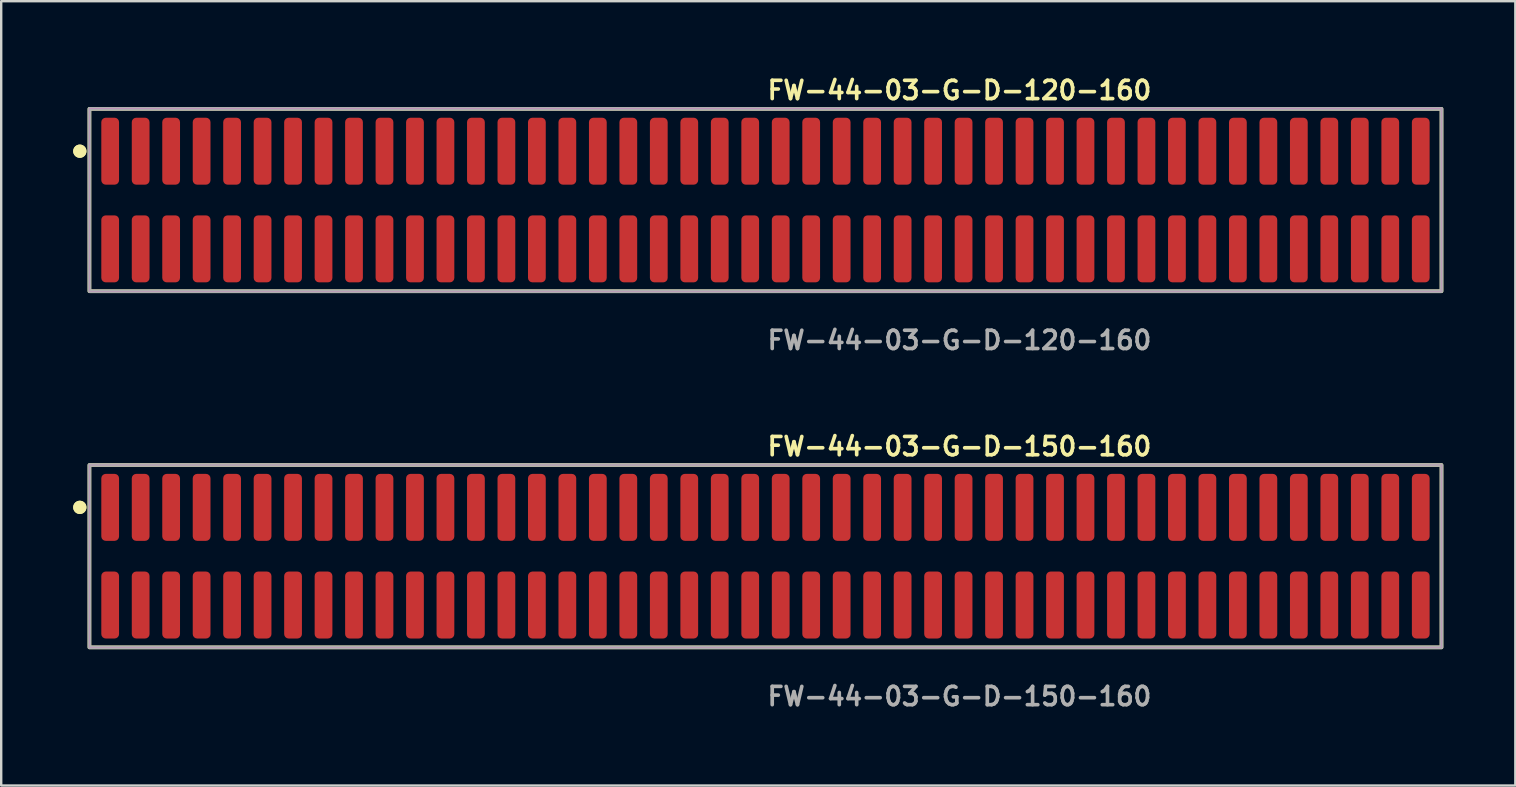
<source format=kicad_pcb>
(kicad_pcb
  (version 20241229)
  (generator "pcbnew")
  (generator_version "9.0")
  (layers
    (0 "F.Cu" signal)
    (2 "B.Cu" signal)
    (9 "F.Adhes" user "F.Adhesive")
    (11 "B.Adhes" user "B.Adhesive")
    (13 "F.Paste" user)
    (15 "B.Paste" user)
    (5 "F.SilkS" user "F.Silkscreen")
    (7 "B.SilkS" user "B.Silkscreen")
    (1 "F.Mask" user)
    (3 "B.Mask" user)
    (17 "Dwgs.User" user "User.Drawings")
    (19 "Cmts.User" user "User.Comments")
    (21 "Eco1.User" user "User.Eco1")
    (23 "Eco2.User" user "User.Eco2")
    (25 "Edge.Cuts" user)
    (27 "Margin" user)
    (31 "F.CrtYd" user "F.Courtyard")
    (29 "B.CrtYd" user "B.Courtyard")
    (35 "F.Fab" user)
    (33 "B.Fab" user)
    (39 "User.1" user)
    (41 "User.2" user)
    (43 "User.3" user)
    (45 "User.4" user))
  (footprint "FW-44-03-G-D-150-160"
    (layer "F.Cu")
    (at 28.846 20.126)
    (property "Reference" "FW-44-03-G-D-150-160" (at 0 -4.572 0) (unlocked yes) (layer "F.SilkS") (effects (font (size 0.762 0.762) (thickness 0.152)) (justify left)))
    (fp_rect (start -28.17 3.8) (end 28.17 -3.8) (stroke (width 0.152) (type solid)) (fill no) (layer "F.SilkS"))
    (fp_circle (center -28.57 -2.035) (end -28.77 -2.035) (stroke (width 0.152) (type solid)) (fill yes) (layer "F.SilkS"))
    (fp_circle (center -28.57 -2.035) (end -28.77 -2.035) (stroke (width 0.152) (type solid)) (fill yes) (layer "F.SilkS"))
    (fp_rect (start -28.17 3.8) (end 28.17 -3.8) (stroke (width 0.006) (type solid)) (fill no) (layer "F.CrtYd"))
    (fp_rect (start -28.17 3.8) (end 28.17 -3.8) (stroke (width 0.152) (type solid)) (fill no) (layer "F.Fab"))
    (fp_text user "${REFERENCE}" (at 0 5.842 0) (unlocked yes) (layer "F.Fab") (effects (font (size 0.762 0.762) (thickness 0.152)) (justify left)))
    (pad "1" smd roundrect (at -27.305 -2.035) (size 0.74 2.79) (layers "F.Cu" "F.Paste") (roundrect_rratio 0.25))
    (pad "2" smd roundrect (at -27.305 2.035) (size 0.74 2.79) (layers "F.Cu" "F.Paste") (roundrect_rratio 0.25))
    (pad "3" smd roundrect (at -26.035 -2.035) (size 0.74 2.79) (layers "F.Cu" "F.Paste") (roundrect_rratio 0.25))
    (pad "4" smd roundrect (at -26.035 2.035) (size 0.74 2.79) (layers "F.Cu" "F.Paste") (roundrect_rratio 0.25))
    (pad "5" smd roundrect (at -24.765 -2.035) (size 0.74 2.79) (layers "F.Cu" "F.Paste") (roundrect_rratio 0.25))
    (pad "6" smd roundrect (at -24.765 2.035) (size 0.74 2.79) (layers "F.Cu" "F.Paste") (roundrect_rratio 0.25))
    (pad "7" smd roundrect (at -23.495 -2.035) (size 0.74 2.79) (layers "F.Cu" "F.Paste") (roundrect_rratio 0.25))
    (pad "8" smd roundrect (at -23.495 2.035) (size 0.74 2.79) (layers "F.Cu" "F.Paste") (roundrect_rratio 0.25))
    (pad "9" smd roundrect (at -22.225 -2.035) (size 0.74 2.79) (layers "F.Cu" "F.Paste") (roundrect_rratio 0.25))
    (pad "10" smd roundrect (at -22.225 2.035) (size 0.74 2.79) (layers "F.Cu" "F.Paste") (roundrect_rratio 0.25))
    (pad "11" smd roundrect (at -20.955 -2.035) (size 0.74 2.79) (layers "F.Cu" "F.Paste") (roundrect_rratio 0.25))
    (pad "12" smd roundrect (at -20.955 2.035) (size 0.74 2.79) (layers "F.Cu" "F.Paste") (roundrect_rratio 0.25))
    (pad "13" smd roundrect (at -19.685 -2.035) (size 0.74 2.79) (layers "F.Cu" "F.Paste") (roundrect_rratio 0.25))
    (pad "14" smd roundrect (at -19.685 2.035) (size 0.74 2.79) (layers "F.Cu" "F.Paste") (roundrect_rratio 0.25))
    (pad "15" smd roundrect (at -18.415 -2.035) (size 0.74 2.79) (layers "F.Cu" "F.Paste") (roundrect_rratio 0.25))
    (pad "16" smd roundrect (at -18.415 2.035) (size 0.74 2.79) (layers "F.Cu" "F.Paste") (roundrect_rratio 0.25))
    (pad "17" smd roundrect (at -17.145 -2.035) (size 0.74 2.79) (layers "F.Cu" "F.Paste") (roundrect_rratio 0.25))
    (pad "18" smd roundrect (at -17.145 2.035) (size 0.74 2.79) (layers "F.Cu" "F.Paste") (roundrect_rratio 0.25))
    (pad "19" smd roundrect (at -15.875 -2.035) (size 0.74 2.79) (layers "F.Cu" "F.Paste") (roundrect_rratio 0.25))
    (pad "20" smd roundrect (at -15.875 2.035) (size 0.74 2.79) (layers "F.Cu" "F.Paste") (roundrect_rratio 0.25))
    (pad "21" smd roundrect (at -14.605 -2.035) (size 0.74 2.79) (layers "F.Cu" "F.Paste") (roundrect_rratio 0.25))
    (pad "22" smd roundrect (at -14.605 2.035) (size 0.74 2.79) (layers "F.Cu" "F.Paste") (roundrect_rratio 0.25))
    (pad "23" smd roundrect (at -13.335 -2.035) (size 0.74 2.79) (layers "F.Cu" "F.Paste") (roundrect_rratio 0.25))
    (pad "24" smd roundrect (at -13.335 2.035) (size 0.74 2.79) (layers "F.Cu" "F.Paste") (roundrect_rratio 0.25))
    (pad "25" smd roundrect (at -12.065 -2.035) (size 0.74 2.79) (layers "F.Cu" "F.Paste") (roundrect_rratio 0.25))
    (pad "26" smd roundrect (at -12.065 2.035) (size 0.74 2.79) (layers "F.Cu" "F.Paste") (roundrect_rratio 0.25))
    (pad "27" smd roundrect (at -10.795 -2.035) (size 0.74 2.79) (layers "F.Cu" "F.Paste") (roundrect_rratio 0.25))
    (pad "28" smd roundrect (at -10.795 2.035) (size 0.74 2.79) (layers "F.Cu" "F.Paste") (roundrect_rratio 0.25))
    (pad "29" smd roundrect (at -9.525 -2.035) (size 0.74 2.79) (layers "F.Cu" "F.Paste") (roundrect_rratio 0.25))
    (pad "30" smd roundrect (at -9.525 2.035) (size 0.74 2.79) (layers "F.Cu" "F.Paste") (roundrect_rratio 0.25))
    (pad "31" smd roundrect (at -8.255 -2.035) (size 0.74 2.79) (layers "F.Cu" "F.Paste") (roundrect_rratio 0.25))
    (pad "32" smd roundrect (at -8.255 2.035) (size 0.74 2.79) (layers "F.Cu" "F.Paste") (roundrect_rratio 0.25))
    (pad "33" smd roundrect (at -6.985 -2.035) (size 0.74 2.79) (layers "F.Cu" "F.Paste") (roundrect_rratio 0.25))
    (pad "34" smd roundrect (at -6.985 2.035) (size 0.74 2.79) (layers "F.Cu" "F.Paste") (roundrect_rratio 0.25))
    (pad "35" smd roundrect (at -5.715 -2.035) (size 0.74 2.79) (layers "F.Cu" "F.Paste") (roundrect_rratio 0.25))
    (pad "36" smd roundrect (at -5.715 2.035) (size 0.74 2.79) (layers "F.Cu" "F.Paste") (roundrect_rratio 0.25))
    (pad "37" smd roundrect (at -4.445 -2.035) (size 0.74 2.79) (layers "F.Cu" "F.Paste") (roundrect_rratio 0.25))
    (pad "38" smd roundrect (at -4.445 2.035) (size 0.74 2.79) (layers "F.Cu" "F.Paste") (roundrect_rratio 0.25))
    (pad "39" smd roundrect (at -3.175 -2.035) (size 0.74 2.79) (layers "F.Cu" "F.Paste") (roundrect_rratio 0.25))
    (pad "40" smd roundrect (at -3.175 2.035) (size 0.74 2.79) (layers "F.Cu" "F.Paste") (roundrect_rratio 0.25))
    (pad "41" smd roundrect (at -1.905 -2.035) (size 0.74 2.79) (layers "F.Cu" "F.Paste") (roundrect_rratio 0.25))
    (pad "42" smd roundrect (at -1.905 2.035) (size 0.74 2.79) (layers "F.Cu" "F.Paste") (roundrect_rratio 0.25))
    (pad "43" smd roundrect (at -0.635 -2.035) (size 0.74 2.79) (layers "F.Cu" "F.Paste") (roundrect_rratio 0.25))
    (pad "44" smd roundrect (at -0.635 2.035) (size 0.74 2.79) (layers "F.Cu" "F.Paste") (roundrect_rratio 0.25))
    (pad "45" smd roundrect (at 0.635 -2.035) (size 0.74 2.79) (layers "F.Cu" "F.Paste") (roundrect_rratio 0.25))
    (pad "46" smd roundrect (at 0.635 2.035) (size 0.74 2.79) (layers "F.Cu" "F.Paste") (roundrect_rratio 0.25))
    (pad "47" smd roundrect (at 1.905 -2.035) (size 0.74 2.79) (layers "F.Cu" "F.Paste") (roundrect_rratio 0.25))
    (pad "48" smd roundrect (at 1.905 2.035) (size 0.74 2.79) (layers "F.Cu" "F.Paste") (roundrect_rratio 0.25))
    (pad "49" smd roundrect (at 3.175 -2.035) (size 0.74 2.79) (layers "F.Cu" "F.Paste") (roundrect_rratio 0.25))
    (pad "50" smd roundrect (at 3.175 2.035) (size 0.74 2.79) (layers "F.Cu" "F.Paste") (roundrect_rratio 0.25))
    (pad "51" smd roundrect (at 4.445 -2.035) (size 0.74 2.79) (layers "F.Cu" "F.Paste") (roundrect_rratio 0.25))
    (pad "52" smd roundrect (at 4.445 2.035) (size 0.74 2.79) (layers "F.Cu" "F.Paste") (roundrect_rratio 0.25))
    (pad "53" smd roundrect (at 5.715 -2.035) (size 0.74 2.79) (layers "F.Cu" "F.Paste") (roundrect_rratio 0.25))
    (pad "54" smd roundrect (at 5.715 2.035) (size 0.74 2.79) (layers "F.Cu" "F.Paste") (roundrect_rratio 0.25))
    (pad "55" smd roundrect (at 6.985 -2.035) (size 0.74 2.79) (layers "F.Cu" "F.Paste") (roundrect_rratio 0.25))
    (pad "56" smd roundrect (at 6.985 2.035) (size 0.74 2.79) (layers "F.Cu" "F.Paste") (roundrect_rratio 0.25))
    (pad "57" smd roundrect (at 8.255 -2.035) (size 0.74 2.79) (layers "F.Cu" "F.Paste") (roundrect_rratio 0.25))
    (pad "58" smd roundrect (at 8.255 2.035) (size 0.74 2.79) (layers "F.Cu" "F.Paste") (roundrect_rratio 0.25))
    (pad "59" smd roundrect (at 9.525 -2.035) (size 0.74 2.79) (layers "F.Cu" "F.Paste") (roundrect_rratio 0.25))
    (pad "60" smd roundrect (at 9.525 2.035) (size 0.74 2.79) (layers "F.Cu" "F.Paste") (roundrect_rratio 0.25))
    (pad "61" smd roundrect (at 10.795 -2.035) (size 0.74 2.79) (layers "F.Cu" "F.Paste") (roundrect_rratio 0.25))
    (pad "62" smd roundrect (at 10.795 2.035) (size 0.74 2.79) (layers "F.Cu" "F.Paste") (roundrect_rratio 0.25))
    (pad "63" smd roundrect (at 12.065 -2.035) (size 0.74 2.79) (layers "F.Cu" "F.Paste") (roundrect_rratio 0.25))
    (pad "64" smd roundrect (at 12.065 2.035) (size 0.74 2.79) (layers "F.Cu" "F.Paste") (roundrect_rratio 0.25))
    (pad "65" smd roundrect (at 13.335 -2.035) (size 0.74 2.79) (layers "F.Cu" "F.Paste") (roundrect_rratio 0.25))
    (pad "66" smd roundrect (at 13.335 2.035) (size 0.74 2.79) (layers "F.Cu" "F.Paste") (roundrect_rratio 0.25))
    (pad "67" smd roundrect (at 14.605 -2.035) (size 0.74 2.79) (layers "F.Cu" "F.Paste") (roundrect_rratio 0.25))
    (pad "68" smd roundrect (at 14.605 2.035) (size 0.74 2.79) (layers "F.Cu" "F.Paste") (roundrect_rratio 0.25))
    (pad "69" smd roundrect (at 15.875 -2.035) (size 0.74 2.79) (layers "F.Cu" "F.Paste") (roundrect_rratio 0.25))
    (pad "70" smd roundrect (at 15.875 2.035) (size 0.74 2.79) (layers "F.Cu" "F.Paste") (roundrect_rratio 0.25))
    (pad "71" smd roundrect (at 17.145 -2.035) (size 0.74 2.79) (layers "F.Cu" "F.Paste") (roundrect_rratio 0.25))
    (pad "72" smd roundrect (at 17.145 2.035) (size 0.74 2.79) (layers "F.Cu" "F.Paste") (roundrect_rratio 0.25))
    (pad "73" smd roundrect (at 18.415 -2.035) (size 0.74 2.79) (layers "F.Cu" "F.Paste") (roundrect_rratio 0.25))
    (pad "74" smd roundrect (at 18.415 2.035) (size 0.74 2.79) (layers "F.Cu" "F.Paste") (roundrect_rratio 0.25))
    (pad "75" smd roundrect (at 19.685 -2.035) (size 0.74 2.79) (layers "F.Cu" "F.Paste") (roundrect_rratio 0.25))
    (pad "76" smd roundrect (at 19.685 2.035) (size 0.74 2.79) (layers "F.Cu" "F.Paste") (roundrect_rratio 0.25))
    (pad "77" smd roundrect (at 20.955 -2.035) (size 0.74 2.79) (layers "F.Cu" "F.Paste") (roundrect_rratio 0.25))
    (pad "78" smd roundrect (at 20.955 2.035) (size 0.74 2.79) (layers "F.Cu" "F.Paste") (roundrect_rratio 0.25))
    (pad "79" smd roundrect (at 22.225 -2.035) (size 0.74 2.79) (layers "F.Cu" "F.Paste") (roundrect_rratio 0.25))
    (pad "80" smd roundrect (at 22.225 2.035) (size 0.74 2.79) (layers "F.Cu" "F.Paste") (roundrect_rratio 0.25))
    (pad "81" smd roundrect (at 23.495 -2.035) (size 0.74 2.79) (layers "F.Cu" "F.Paste") (roundrect_rratio 0.25))
    (pad "82" smd roundrect (at 23.495 2.035) (size 0.74 2.79) (layers "F.Cu" "F.Paste") (roundrect_rratio 0.25))
    (pad "83" smd roundrect (at 24.765 -2.035) (size 0.74 2.79) (layers "F.Cu" "F.Paste") (roundrect_rratio 0.25))
    (pad "84" smd roundrect (at 24.765 2.035) (size 0.74 2.79) (layers "F.Cu" "F.Paste") (roundrect_rratio 0.25))
    (pad "85" smd roundrect (at 26.035 -2.035) (size 0.74 2.79) (layers "F.Cu" "F.Paste") (roundrect_rratio 0.25))
    (pad "86" smd roundrect (at 26.035 2.035) (size 0.74 2.79) (layers "F.Cu" "F.Paste") (roundrect_rratio 0.25))
    (pad "87" smd roundrect (at 27.305 -2.035) (size 0.74 2.79) (layers "F.Cu" "F.Paste") (roundrect_rratio 0.25))
    (pad "88" smd roundrect (at 27.305 2.035) (size 0.74 2.79) (layers "F.Cu" "F.Paste") (roundrect_rratio 0.25)))
  (footprint "FW-44-03-G-D-120-160"
    (layer "F.Cu")
    (at 28.846 5.285)
    (property "Reference" "FW-44-03-G-D-120-160" (at 0 -4.572 0) (unlocked yes) (layer "F.SilkS") (effects (font (size 0.762 0.762) (thickness 0.152)) (justify left)))
    (fp_rect (start -28.17 3.8) (end 28.17 -3.8) (stroke (width 0.152) (type solid)) (fill no) (layer "F.SilkS"))
    (fp_circle (center -28.57 -2.035) (end -28.77 -2.035) (stroke (width 0.152) (type solid)) (fill yes) (layer "F.SilkS"))
    (fp_circle (center -28.57 -2.035) (end -28.77 -2.035) (stroke (width 0.152) (type solid)) (fill yes) (layer "F.SilkS"))
    (fp_rect (start -28.17 3.8) (end 28.17 -3.8) (stroke (width 0.006) (type solid)) (fill no) (layer "F.CrtYd"))
    (fp_rect (start -28.17 3.8) (end 28.17 -3.8) (stroke (width 0.152) (type solid)) (fill no) (layer "F.Fab"))
    (fp_text user "${REFERENCE}" (at 0 5.842 0) (unlocked yes) (layer "F.Fab") (effects (font (size 0.762 0.762) (thickness 0.152)) (justify left)))
    (pad "1" smd roundrect (at -27.305 -2.035) (size 0.74 2.79) (layers "F.Cu" "F.Paste") (roundrect_rratio 0.25))
    (pad "2" smd roundrect (at -27.305 2.035) (size 0.74 2.79) (layers "F.Cu" "F.Paste") (roundrect_rratio 0.25))
    (pad "3" smd roundrect (at -26.035 -2.035) (size 0.74 2.79) (layers "F.Cu" "F.Paste") (roundrect_rratio 0.25))
    (pad "4" smd roundrect (at -26.035 2.035) (size 0.74 2.79) (layers "F.Cu" "F.Paste") (roundrect_rratio 0.25))
    (pad "5" smd roundrect (at -24.765 -2.035) (size 0.74 2.79) (layers "F.Cu" "F.Paste") (roundrect_rratio 0.25))
    (pad "6" smd roundrect (at -24.765 2.035) (size 0.74 2.79) (layers "F.Cu" "F.Paste") (roundrect_rratio 0.25))
    (pad "7" smd roundrect (at -23.495 -2.035) (size 0.74 2.79) (layers "F.Cu" "F.Paste") (roundrect_rratio 0.25))
    (pad "8" smd roundrect (at -23.495 2.035) (size 0.74 2.79) (layers "F.Cu" "F.Paste") (roundrect_rratio 0.25))
    (pad "9" smd roundrect (at -22.225 -2.035) (size 0.74 2.79) (layers "F.Cu" "F.Paste") (roundrect_rratio 0.25))
    (pad "10" smd roundrect (at -22.225 2.035) (size 0.74 2.79) (layers "F.Cu" "F.Paste") (roundrect_rratio 0.25))
    (pad "11" smd roundrect (at -20.955 -2.035) (size 0.74 2.79) (layers "F.Cu" "F.Paste") (roundrect_rratio 0.25))
    (pad "12" smd roundrect (at -20.955 2.035) (size 0.74 2.79) (layers "F.Cu" "F.Paste") (roundrect_rratio 0.25))
    (pad "13" smd roundrect (at -19.685 -2.035) (size 0.74 2.79) (layers "F.Cu" "F.Paste") (roundrect_rratio 0.25))
    (pad "14" smd roundrect (at -19.685 2.035) (size 0.74 2.79) (layers "F.Cu" "F.Paste") (roundrect_rratio 0.25))
    (pad "15" smd roundrect (at -18.415 -2.035) (size 0.74 2.79) (layers "F.Cu" "F.Paste") (roundrect_rratio 0.25))
    (pad "16" smd roundrect (at -18.415 2.035) (size 0.74 2.79) (layers "F.Cu" "F.Paste") (roundrect_rratio 0.25))
    (pad "17" smd roundrect (at -17.145 -2.035) (size 0.74 2.79) (layers "F.Cu" "F.Paste") (roundrect_rratio 0.25))
    (pad "18" smd roundrect (at -17.145 2.035) (size 0.74 2.79) (layers "F.Cu" "F.Paste") (roundrect_rratio 0.25))
    (pad "19" smd roundrect (at -15.875 -2.035) (size 0.74 2.79) (layers "F.Cu" "F.Paste") (roundrect_rratio 0.25))
    (pad "20" smd roundrect (at -15.875 2.035) (size 0.74 2.79) (layers "F.Cu" "F.Paste") (roundrect_rratio 0.25))
    (pad "21" smd roundrect (at -14.605 -2.035) (size 0.74 2.79) (layers "F.Cu" "F.Paste") (roundrect_rratio 0.25))
    (pad "22" smd roundrect (at -14.605 2.035) (size 0.74 2.79) (layers "F.Cu" "F.Paste") (roundrect_rratio 0.25))
    (pad "23" smd roundrect (at -13.335 -2.035) (size 0.74 2.79) (layers "F.Cu" "F.Paste") (roundrect_rratio 0.25))
    (pad "24" smd roundrect (at -13.335 2.035) (size 0.74 2.79) (layers "F.Cu" "F.Paste") (roundrect_rratio 0.25))
    (pad "25" smd roundrect (at -12.065 -2.035) (size 0.74 2.79) (layers "F.Cu" "F.Paste") (roundrect_rratio 0.25))
    (pad "26" smd roundrect (at -12.065 2.035) (size 0.74 2.79) (layers "F.Cu" "F.Paste") (roundrect_rratio 0.25))
    (pad "27" smd roundrect (at -10.795 -2.035) (size 0.74 2.79) (layers "F.Cu" "F.Paste") (roundrect_rratio 0.25))
    (pad "28" smd roundrect (at -10.795 2.035) (size 0.74 2.79) (layers "F.Cu" "F.Paste") (roundrect_rratio 0.25))
    (pad "29" smd roundrect (at -9.525 -2.035) (size 0.74 2.79) (layers "F.Cu" "F.Paste") (roundrect_rratio 0.25))
    (pad "30" smd roundrect (at -9.525 2.035) (size 0.74 2.79) (layers "F.Cu" "F.Paste") (roundrect_rratio 0.25))
    (pad "31" smd roundrect (at -8.255 -2.035) (size 0.74 2.79) (layers "F.Cu" "F.Paste") (roundrect_rratio 0.25))
    (pad "32" smd roundrect (at -8.255 2.035) (size 0.74 2.79) (layers "F.Cu" "F.Paste") (roundrect_rratio 0.25))
    (pad "33" smd roundrect (at -6.985 -2.035) (size 0.74 2.79) (layers "F.Cu" "F.Paste") (roundrect_rratio 0.25))
    (pad "34" smd roundrect (at -6.985 2.035) (size 0.74 2.79) (layers "F.Cu" "F.Paste") (roundrect_rratio 0.25))
    (pad "35" smd roundrect (at -5.715 -2.035) (size 0.74 2.79) (layers "F.Cu" "F.Paste") (roundrect_rratio 0.25))
    (pad "36" smd roundrect (at -5.715 2.035) (size 0.74 2.79) (layers "F.Cu" "F.Paste") (roundrect_rratio 0.25))
    (pad "37" smd roundrect (at -4.445 -2.035) (size 0.74 2.79) (layers "F.Cu" "F.Paste") (roundrect_rratio 0.25))
    (pad "38" smd roundrect (at -4.445 2.035) (size 0.74 2.79) (layers "F.Cu" "F.Paste") (roundrect_rratio 0.25))
    (pad "39" smd roundrect (at -3.175 -2.035) (size 0.74 2.79) (layers "F.Cu" "F.Paste") (roundrect_rratio 0.25))
    (pad "40" smd roundrect (at -3.175 2.035) (size 0.74 2.79) (layers "F.Cu" "F.Paste") (roundrect_rratio 0.25))
    (pad "41" smd roundrect (at -1.905 -2.035) (size 0.74 2.79) (layers "F.Cu" "F.Paste") (roundrect_rratio 0.25))
    (pad "42" smd roundrect (at -1.905 2.035) (size 0.74 2.79) (layers "F.Cu" "F.Paste") (roundrect_rratio 0.25))
    (pad "43" smd roundrect (at -0.635 -2.035) (size 0.74 2.79) (layers "F.Cu" "F.Paste") (roundrect_rratio 0.25))
    (pad "44" smd roundrect (at -0.635 2.035) (size 0.74 2.79) (layers "F.Cu" "F.Paste") (roundrect_rratio 0.25))
    (pad "45" smd roundrect (at 0.635 -2.035) (size 0.74 2.79) (layers "F.Cu" "F.Paste") (roundrect_rratio 0.25))
    (pad "46" smd roundrect (at 0.635 2.035) (size 0.74 2.79) (layers "F.Cu" "F.Paste") (roundrect_rratio 0.25))
    (pad "47" smd roundrect (at 1.905 -2.035) (size 0.74 2.79) (layers "F.Cu" "F.Paste") (roundrect_rratio 0.25))
    (pad "48" smd roundrect (at 1.905 2.035) (size 0.74 2.79) (layers "F.Cu" "F.Paste") (roundrect_rratio 0.25))
    (pad "49" smd roundrect (at 3.175 -2.035) (size 0.74 2.79) (layers "F.Cu" "F.Paste") (roundrect_rratio 0.25))
    (pad "50" smd roundrect (at 3.175 2.035) (size 0.74 2.79) (layers "F.Cu" "F.Paste") (roundrect_rratio 0.25))
    (pad "51" smd roundrect (at 4.445 -2.035) (size 0.74 2.79) (layers "F.Cu" "F.Paste") (roundrect_rratio 0.25))
    (pad "52" smd roundrect (at 4.445 2.035) (size 0.74 2.79) (layers "F.Cu" "F.Paste") (roundrect_rratio 0.25))
    (pad "53" smd roundrect (at 5.715 -2.035) (size 0.74 2.79) (layers "F.Cu" "F.Paste") (roundrect_rratio 0.25))
    (pad "54" smd roundrect (at 5.715 2.035) (size 0.74 2.79) (layers "F.Cu" "F.Paste") (roundrect_rratio 0.25))
    (pad "55" smd roundrect (at 6.985 -2.035) (size 0.74 2.79) (layers "F.Cu" "F.Paste") (roundrect_rratio 0.25))
    (pad "56" smd roundrect (at 6.985 2.035) (size 0.74 2.79) (layers "F.Cu" "F.Paste") (roundrect_rratio 0.25))
    (pad "57" smd roundrect (at 8.255 -2.035) (size 0.74 2.79) (layers "F.Cu" "F.Paste") (roundrect_rratio 0.25))
    (pad "58" smd roundrect (at 8.255 2.035) (size 0.74 2.79) (layers "F.Cu" "F.Paste") (roundrect_rratio 0.25))
    (pad "59" smd roundrect (at 9.525 -2.035) (size 0.74 2.79) (layers "F.Cu" "F.Paste") (roundrect_rratio 0.25))
    (pad "60" smd roundrect (at 9.525 2.035) (size 0.74 2.79) (layers "F.Cu" "F.Paste") (roundrect_rratio 0.25))
    (pad "61" smd roundrect (at 10.795 -2.035) (size 0.74 2.79) (layers "F.Cu" "F.Paste") (roundrect_rratio 0.25))
    (pad "62" smd roundrect (at 10.795 2.035) (size 0.74 2.79) (layers "F.Cu" "F.Paste") (roundrect_rratio 0.25))
    (pad "63" smd roundrect (at 12.065 -2.035) (size 0.74 2.79) (layers "F.Cu" "F.Paste") (roundrect_rratio 0.25))
    (pad "64" smd roundrect (at 12.065 2.035) (size 0.74 2.79) (layers "F.Cu" "F.Paste") (roundrect_rratio 0.25))
    (pad "65" smd roundrect (at 13.335 -2.035) (size 0.74 2.79) (layers "F.Cu" "F.Paste") (roundrect_rratio 0.25))
    (pad "66" smd roundrect (at 13.335 2.035) (size 0.74 2.79) (layers "F.Cu" "F.Paste") (roundrect_rratio 0.25))
    (pad "67" smd roundrect (at 14.605 -2.035) (size 0.74 2.79) (layers "F.Cu" "F.Paste") (roundrect_rratio 0.25))
    (pad "68" smd roundrect (at 14.605 2.035) (size 0.74 2.79) (layers "F.Cu" "F.Paste") (roundrect_rratio 0.25))
    (pad "69" smd roundrect (at 15.875 -2.035) (size 0.74 2.79) (layers "F.Cu" "F.Paste") (roundrect_rratio 0.25))
    (pad "70" smd roundrect (at 15.875 2.035) (size 0.74 2.79) (layers "F.Cu" "F.Paste") (roundrect_rratio 0.25))
    (pad "71" smd roundrect (at 17.145 -2.035) (size 0.74 2.79) (layers "F.Cu" "F.Paste") (roundrect_rratio 0.25))
    (pad "72" smd roundrect (at 17.145 2.035) (size 0.74 2.79) (layers "F.Cu" "F.Paste") (roundrect_rratio 0.25))
    (pad "73" smd roundrect (at 18.415 -2.035) (size 0.74 2.79) (layers "F.Cu" "F.Paste") (roundrect_rratio 0.25))
    (pad "74" smd roundrect (at 18.415 2.035) (size 0.74 2.79) (layers "F.Cu" "F.Paste") (roundrect_rratio 0.25))
    (pad "75" smd roundrect (at 19.685 -2.035) (size 0.74 2.79) (layers "F.Cu" "F.Paste") (roundrect_rratio 0.25))
    (pad "76" smd roundrect (at 19.685 2.035) (size 0.74 2.79) (layers "F.Cu" "F.Paste") (roundrect_rratio 0.25))
    (pad "77" smd roundrect (at 20.955 -2.035) (size 0.74 2.79) (layers "F.Cu" "F.Paste") (roundrect_rratio 0.25))
    (pad "78" smd roundrect (at 20.955 2.035) (size 0.74 2.79) (layers "F.Cu" "F.Paste") (roundrect_rratio 0.25))
    (pad "79" smd roundrect (at 22.225 -2.035) (size 0.74 2.79) (layers "F.Cu" "F.Paste") (roundrect_rratio 0.25))
    (pad "80" smd roundrect (at 22.225 2.035) (size 0.74 2.79) (layers "F.Cu" "F.Paste") (roundrect_rratio 0.25))
    (pad "81" smd roundrect (at 23.495 -2.035) (size 0.74 2.79) (layers "F.Cu" "F.Paste") (roundrect_rratio 0.25))
    (pad "82" smd roundrect (at 23.495 2.035) (size 0.74 2.79) (layers "F.Cu" "F.Paste") (roundrect_rratio 0.25))
    (pad "83" smd roundrect (at 24.765 -2.035) (size 0.74 2.79) (layers "F.Cu" "F.Paste") (roundrect_rratio 0.25))
    (pad "84" smd roundrect (at 24.765 2.035) (size 0.74 2.79) (layers "F.Cu" "F.Paste") (roundrect_rratio 0.25))
    (pad "85" smd roundrect (at 26.035 -2.035) (size 0.74 2.79) (layers "F.Cu" "F.Paste") (roundrect_rratio 0.25))
    (pad "86" smd roundrect (at 26.035 2.035) (size 0.74 2.79) (layers "F.Cu" "F.Paste") (roundrect_rratio 0.25))
    (pad "87" smd roundrect (at 27.305 -2.035) (size 0.74 2.79) (layers "F.Cu" "F.Paste") (roundrect_rratio 0.25))
    (pad "88" smd roundrect (at 27.305 2.035) (size 0.74 2.79) (layers "F.Cu" "F.Paste") (roundrect_rratio 0.25)))
  (gr_rect
    (start -3 -3)
    (end 60.092 29.681)
    (stroke (width 0.1) (type default))
    (fill no)
    (layer "Edge.Cuts")))
</source>
